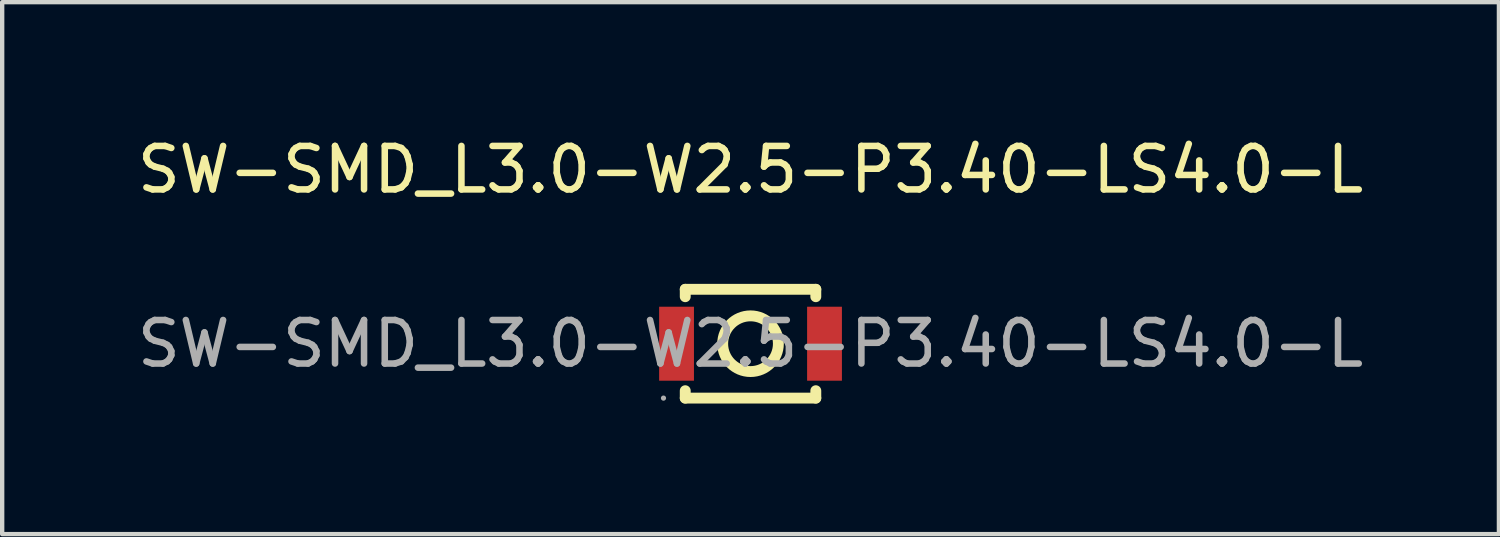
<source format=kicad_pcb>
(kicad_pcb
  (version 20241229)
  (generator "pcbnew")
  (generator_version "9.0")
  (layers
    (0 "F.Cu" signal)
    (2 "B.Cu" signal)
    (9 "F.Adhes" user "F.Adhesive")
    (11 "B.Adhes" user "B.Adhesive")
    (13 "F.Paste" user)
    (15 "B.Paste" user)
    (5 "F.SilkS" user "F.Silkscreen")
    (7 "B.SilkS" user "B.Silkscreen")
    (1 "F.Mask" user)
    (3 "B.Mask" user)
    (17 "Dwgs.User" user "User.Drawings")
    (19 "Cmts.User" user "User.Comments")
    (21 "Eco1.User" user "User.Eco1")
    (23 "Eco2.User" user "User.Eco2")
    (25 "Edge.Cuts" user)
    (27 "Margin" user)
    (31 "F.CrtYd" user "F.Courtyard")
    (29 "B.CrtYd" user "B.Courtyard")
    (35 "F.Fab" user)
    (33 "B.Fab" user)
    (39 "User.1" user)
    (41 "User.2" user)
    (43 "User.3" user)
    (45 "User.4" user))
  (footprint "SW-SMD_L3.0-W2.5-P3.40-LS4.0-L"
    (layer "F.Cu")
    (at 14.196 4.848)
    (property "Reference" "SW-SMD_L3.0-W2.5-P3.40-LS4.0-L" (at 0 -4 0) (layer "F.SilkS") (effects (font (size 1 1) (thickness 0.15))))
    (attr through_hole)
    (fp_line (start -1.5 -1.25) (end -1.5 -1.08) (stroke (width 0.25) (type solid)) (layer "F.SilkS"))
    (fp_line (start -1.5 1.08) (end -1.5 1.25) (stroke (width 0.25) (type solid)) (layer "F.SilkS"))
    (fp_line (start 1.5 -1.25) (end -1.5 -1.25) (stroke (width 0.25) (type solid)) (layer "F.SilkS"))
    (fp_line (start 1.5 -1.25) (end 1.5 -1.08) (stroke (width 0.25) (type solid)) (layer "F.SilkS"))
    (fp_line (start 1.5 1.08) (end 1.5 1.25) (stroke (width 0.25) (type solid)) (layer "F.SilkS"))
    (fp_line (start 1.5 1.25) (end -1.5 1.25) (stroke (width 0.25) (type solid)) (layer "F.SilkS"))
    (fp_circle (center 0 0) (end 0.64 0) (stroke (width 0.25) (type solid)) (fill no) (layer "F.SilkS"))
    (fp_circle (center -2 1.25) (end -1.97 1.25) (stroke (width 0.06) (type solid)) (fill no) (layer "F.Fab"))
    (fp_text user "${REFERENCE}" (at 0 0 0) (layer "F.Fab") (effects (font (size 1 1) (thickness 0.15))))
    (pad "1" smd rect (at -1.7 0) (size 0.8 1.7) (layers "F.Cu" "F.Mask" "F.Paste"))
    (pad "2" smd rect (at 1.7 0) (size 0.8 1.7) (layers "F.Cu" "F.Mask" "F.Paste")))
  (gr_rect
    (start -3 -3)
    (end 31.393 9.223)
    (stroke (width 0.1) (type default))
    (fill no)
    (layer "Edge.Cuts")))
</source>
